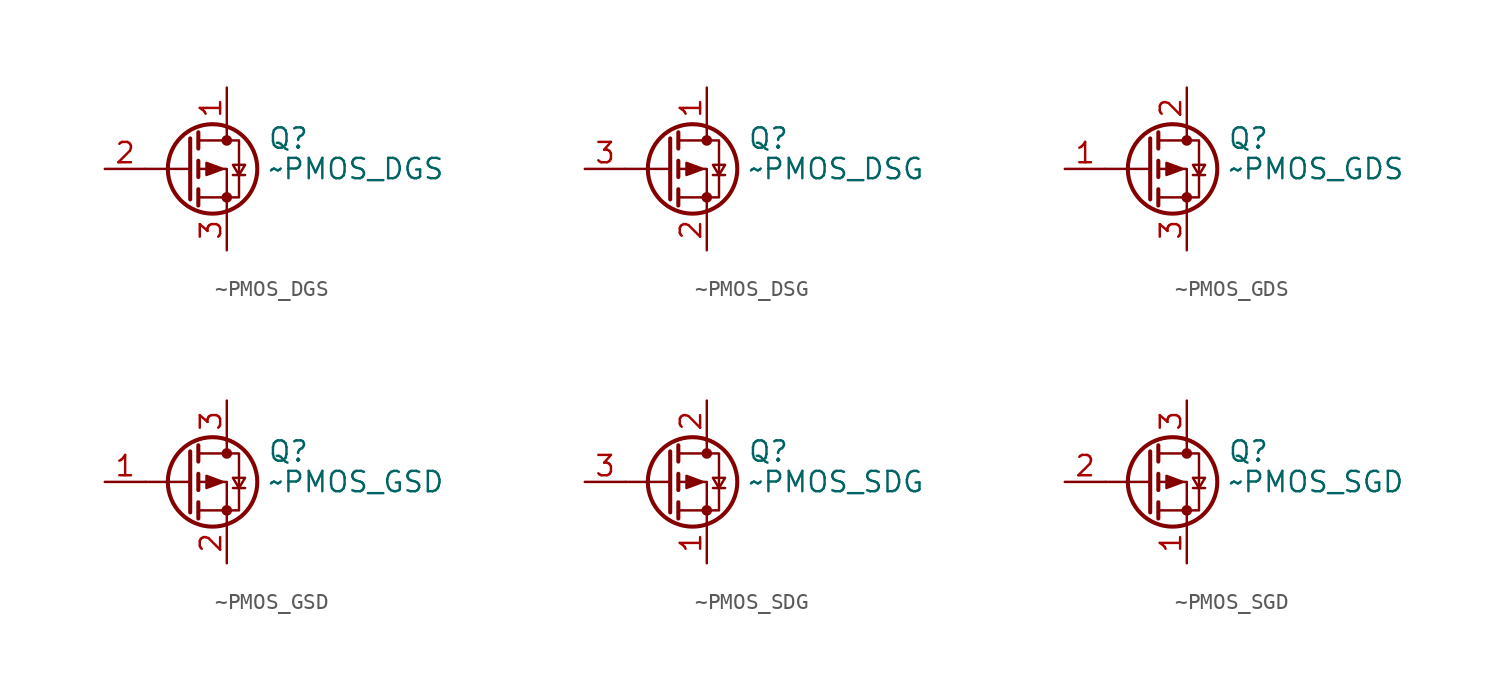
<source format=kicad_sym>
(kicad_symbol_lib
  (version 20241209)
  (generator "kicad-symlib-util")
  (generator_version "1.0.0")
  (symbol "~PMOS_DGS"
    (pin_names
      (offset 0)
      (hide yes))
    (property "Reference" "Q"
      (at 5.08 1.905 0)
      (effects (font (size 1.27 1.27)) (justify left)))
    (property "Value" "~PMOS_DGS"
      (at 5.08 0 0)
      (effects (font (size 1.27 1.27)) (justify left)))
    (symbol "~PMOS_DGS_0_1"
      (polyline (pts (xy 0.254 1.905) (xy 0.254 -1.905)) (stroke (width 0.254) (type default)) (fill (type none)))
      (polyline (pts (xy 0.254 0) (xy -2.54 0)) (stroke (width 0) (type default)) (fill (type none)))
      (polyline (pts (xy 0.762 2.286) (xy 0.762 1.27)) (stroke (width 0.254) (type default)) (fill (type none)))
      (polyline (pts (xy 0.762 1.778) (xy 3.302 1.778) (xy 3.302 -1.778) (xy 0.762 -1.778)) (stroke (width 0) (type default)) (fill (type none)))
      (polyline (pts (xy 0.762 0.508) (xy 0.762 -0.508)) (stroke (width 0.254) (type default)) (fill (type none)))
      (polyline (pts (xy 0.762 -1.27) (xy 0.762 -2.286)) (stroke (width 0.254) (type default)) (fill (type none)))
      (circle (center 1.651 0) (radius 2.794) (stroke (width 0.254) (type default)) (fill (type none)))
      (polyline (pts (xy 2.286 0) (xy 1.27 0.381) (xy 1.27 -0.381) (xy 2.286 0)) (stroke (width 0) (type default)) (fill (type outline)))
      (polyline (pts (xy 2.54 2.54) (xy 2.54 1.778)) (stroke (width 0) (type default)) (fill (type none)))
      (circle (center 2.54 1.778) (radius 0.254) (stroke (width 0) (type default)) (fill (type outline)))
      (circle (center 2.54 -1.778) (radius 0.254) (stroke (width 0) (type default)) (fill (type outline)))
      (polyline (pts (xy 2.54 -2.54) (xy 2.54 0) (xy 0.762 0)) (stroke (width 0) (type default)) (fill (type none)))
      (polyline (pts (xy 2.921 -0.381) (xy 3.683 -0.381)) (stroke (width 0) (type default)) (fill (type none)))
      (polyline (pts (xy 3.302 -0.381) (xy 2.921 0.254) (xy 3.683 0.254) (xy 3.302 -0.381)) (stroke (width 0) (type default)) (fill (type none))))
    (symbol "~PMOS_DGS_1_1"
      (pin input line (at -5.08 0 0) (length 2.54) (name "G" (effects (font (size 1.27 1.27)))) (number "2" (effects (font (size 1.27 1.27)))))
      (pin passive line (at 2.54 5.08 270) (length 2.54) (name "D" (effects (font (size 1.27 1.27)))) (number "1" (effects (font (size 1.27 1.27)))))
      (pin passive line (at 2.54 -5.08 90) (length 2.54) (name "S" (effects (font (size 1.27 1.27)))) (number "3" (effects (font (size 1.27 1.27)))))))
  (symbol "~PMOS_DSG"
    (pin_names
      (offset 0)
      (hide yes))
    (property "Reference" "Q"
      (at 5.08 1.905 0)
      (effects (font (size 1.27 1.27)) (justify left)))
    (property "Value" "~PMOS_DSG"
      (at 5.08 0 0)
      (effects (font (size 1.27 1.27)) (justify left)))
    (symbol "~PMOS_DSG_0_1"
      (polyline (pts (xy 0.254 1.905) (xy 0.254 -1.905)) (stroke (width 0.254) (type default)) (fill (type none)))
      (polyline (pts (xy 0.254 0) (xy -2.54 0)) (stroke (width 0) (type default)) (fill (type none)))
      (polyline (pts (xy 0.762 2.286) (xy 0.762 1.27)) (stroke (width 0.254) (type default)) (fill (type none)))
      (polyline (pts (xy 0.762 1.778) (xy 3.302 1.778) (xy 3.302 -1.778) (xy 0.762 -1.778)) (stroke (width 0) (type default)) (fill (type none)))
      (polyline (pts (xy 0.762 0.508) (xy 0.762 -0.508)) (stroke (width 0.254) (type default)) (fill (type none)))
      (polyline (pts (xy 0.762 -1.27) (xy 0.762 -2.286)) (stroke (width 0.254) (type default)) (fill (type none)))
      (circle (center 1.651 0) (radius 2.794) (stroke (width 0.254) (type default)) (fill (type none)))
      (polyline (pts (xy 2.286 0) (xy 1.27 0.381) (xy 1.27 -0.381) (xy 2.286 0)) (stroke (width 0) (type default)) (fill (type outline)))
      (polyline (pts (xy 2.54 2.54) (xy 2.54 1.778)) (stroke (width 0) (type default)) (fill (type none)))
      (circle (center 2.54 1.778) (radius 0.254) (stroke (width 0) (type default)) (fill (type outline)))
      (circle (center 2.54 -1.778) (radius 0.254) (stroke (width 0) (type default)) (fill (type outline)))
      (polyline (pts (xy 2.54 -2.54) (xy 2.54 0) (xy 0.762 0)) (stroke (width 0) (type default)) (fill (type none)))
      (polyline (pts (xy 2.921 -0.381) (xy 3.683 -0.381)) (stroke (width 0) (type default)) (fill (type none)))
      (polyline (pts (xy 3.302 -0.381) (xy 2.921 0.254) (xy 3.683 0.254) (xy 3.302 -0.381)) (stroke (width 0) (type default)) (fill (type none))))
    (symbol "~PMOS_DSG_1_1"
      (pin input line (at -5.08 0 0) (length 2.54) (name "G" (effects (font (size 1.27 1.27)))) (number "3" (effects (font (size 1.27 1.27)))))
      (pin passive line (at 2.54 5.08 270) (length 2.54) (name "D" (effects (font (size 1.27 1.27)))) (number "1" (effects (font (size 1.27 1.27)))))
      (pin passive line (at 2.54 -5.08 90) (length 2.54) (name "S" (effects (font (size 1.27 1.27)))) (number "2" (effects (font (size 1.27 1.27)))))))
  (symbol "~PMOS_GDS"
    (pin_names
      (offset 0)
      (hide yes))
    (property "Reference" "Q"
      (at 5.08 1.905 0)
      (effects (font (size 1.27 1.27)) (justify left)))
    (property "Value" "~PMOS_GDS"
      (at 5.08 0 0)
      (effects (font (size 1.27 1.27)) (justify left)))
    (symbol "~PMOS_GDS_0_1"
      (polyline (pts (xy 0.254 1.905) (xy 0.254 -1.905)) (stroke (width 0.254) (type default)) (fill (type none)))
      (polyline (pts (xy 0.254 0) (xy -2.54 0)) (stroke (width 0) (type default)) (fill (type none)))
      (polyline (pts (xy 0.762 2.286) (xy 0.762 1.27)) (stroke (width 0.254) (type default)) (fill (type none)))
      (polyline (pts (xy 0.762 1.778) (xy 3.302 1.778) (xy 3.302 -1.778) (xy 0.762 -1.778)) (stroke (width 0) (type default)) (fill (type none)))
      (polyline (pts (xy 0.762 0.508) (xy 0.762 -0.508)) (stroke (width 0.254) (type default)) (fill (type none)))
      (polyline (pts (xy 0.762 -1.27) (xy 0.762 -2.286)) (stroke (width 0.254) (type default)) (fill (type none)))
      (circle (center 1.651 0) (radius 2.794) (stroke (width 0.254) (type default)) (fill (type none)))
      (polyline (pts (xy 2.286 0) (xy 1.27 0.381) (xy 1.27 -0.381) (xy 2.286 0)) (stroke (width 0) (type default)) (fill (type outline)))
      (polyline (pts (xy 2.54 2.54) (xy 2.54 1.778)) (stroke (width 0) (type default)) (fill (type none)))
      (circle (center 2.54 1.778) (radius 0.254) (stroke (width 0) (type default)) (fill (type outline)))
      (circle (center 2.54 -1.778) (radius 0.254) (stroke (width 0) (type default)) (fill (type outline)))
      (polyline (pts (xy 2.54 -2.54) (xy 2.54 0) (xy 0.762 0)) (stroke (width 0) (type default)) (fill (type none)))
      (polyline (pts (xy 2.921 -0.381) (xy 3.683 -0.381)) (stroke (width 0) (type default)) (fill (type none)))
      (polyline (pts (xy 3.302 -0.381) (xy 2.921 0.254) (xy 3.683 0.254) (xy 3.302 -0.381)) (stroke (width 0) (type default)) (fill (type none))))
    (symbol "~PMOS_GDS_1_1"
      (pin input line (at -5.08 0 0) (length 2.54) (name "G" (effects (font (size 1.27 1.27)))) (number "1" (effects (font (size 1.27 1.27)))))
      (pin passive line (at 2.54 5.08 270) (length 2.54) (name "D" (effects (font (size 1.27 1.27)))) (number "2" (effects (font (size 1.27 1.27)))))
      (pin passive line (at 2.54 -5.08 90) (length 2.54) (name "S" (effects (font (size 1.27 1.27)))) (number "3" (effects (font (size 1.27 1.27)))))))
  (symbol "~PMOS_GSD"
    (pin_names
      (offset 0)
      (hide yes))
    (property "Reference" "Q"
      (at 5.08 1.905 0)
      (effects (font (size 1.27 1.27)) (justify left)))
    (property "Value" "~PMOS_GSD"
      (at 5.08 0 0)
      (effects (font (size 1.27 1.27)) (justify left)))
    (symbol "~PMOS_GSD_0_1"
      (polyline (pts (xy 0.254 1.905) (xy 0.254 -1.905)) (stroke (width 0.254) (type default)) (fill (type none)))
      (polyline (pts (xy 0.254 0) (xy -2.54 0)) (stroke (width 0) (type default)) (fill (type none)))
      (polyline (pts (xy 0.762 2.286) (xy 0.762 1.27)) (stroke (width 0.254) (type default)) (fill (type none)))
      (polyline (pts (xy 0.762 1.778) (xy 3.302 1.778) (xy 3.302 -1.778) (xy 0.762 -1.778)) (stroke (width 0) (type default)) (fill (type none)))
      (polyline (pts (xy 0.762 0.508) (xy 0.762 -0.508)) (stroke (width 0.254) (type default)) (fill (type none)))
      (polyline (pts (xy 0.762 -1.27) (xy 0.762 -2.286)) (stroke (width 0.254) (type default)) (fill (type none)))
      (circle (center 1.651 0) (radius 2.794) (stroke (width 0.254) (type default)) (fill (type none)))
      (polyline (pts (xy 2.286 0) (xy 1.27 0.381) (xy 1.27 -0.381) (xy 2.286 0)) (stroke (width 0) (type default)) (fill (type outline)))
      (polyline (pts (xy 2.54 2.54) (xy 2.54 1.778)) (stroke (width 0) (type default)) (fill (type none)))
      (circle (center 2.54 1.778) (radius 0.254) (stroke (width 0) (type default)) (fill (type outline)))
      (circle (center 2.54 -1.778) (radius 0.254) (stroke (width 0) (type default)) (fill (type outline)))
      (polyline (pts (xy 2.54 -2.54) (xy 2.54 0) (xy 0.762 0)) (stroke (width 0) (type default)) (fill (type none)))
      (polyline (pts (xy 2.921 -0.381) (xy 3.683 -0.381)) (stroke (width 0) (type default)) (fill (type none)))
      (polyline (pts (xy 3.302 -0.381) (xy 2.921 0.254) (xy 3.683 0.254) (xy 3.302 -0.381)) (stroke (width 0) (type default)) (fill (type none))))
    (symbol "~PMOS_GSD_1_1"
      (pin input line (at -5.08 0 0) (length 2.54) (name "G" (effects (font (size 1.27 1.27)))) (number "1" (effects (font (size 1.27 1.27)))))
      (pin passive line (at 2.54 5.08 270) (length 2.54) (name "D" (effects (font (size 1.27 1.27)))) (number "3" (effects (font (size 1.27 1.27)))))
      (pin passive line (at 2.54 -5.08 90) (length 2.54) (name "S" (effects (font (size 1.27 1.27)))) (number "2" (effects (font (size 1.27 1.27)))))))
  (symbol "~PMOS_SDG"
    (pin_names
      (offset 0)
      (hide yes))
    (property "Reference" "Q"
      (at 5.08 1.905 0)
      (effects (font (size 1.27 1.27)) (justify left)))
    (property "Value" "~PMOS_SDG"
      (at 5.08 0 0)
      (effects (font (size 1.27 1.27)) (justify left)))
    (symbol "~PMOS_SDG_0_1"
      (polyline (pts (xy 0.254 1.905) (xy 0.254 -1.905)) (stroke (width 0.254) (type default)) (fill (type none)))
      (polyline (pts (xy 0.254 0) (xy -2.54 0)) (stroke (width 0) (type default)) (fill (type none)))
      (polyline (pts (xy 0.762 2.286) (xy 0.762 1.27)) (stroke (width 0.254) (type default)) (fill (type none)))
      (polyline (pts (xy 0.762 1.778) (xy 3.302 1.778) (xy 3.302 -1.778) (xy 0.762 -1.778)) (stroke (width 0) (type default)) (fill (type none)))
      (polyline (pts (xy 0.762 0.508) (xy 0.762 -0.508)) (stroke (width 0.254) (type default)) (fill (type none)))
      (polyline (pts (xy 0.762 -1.27) (xy 0.762 -2.286)) (stroke (width 0.254) (type default)) (fill (type none)))
      (circle (center 1.651 0) (radius 2.794) (stroke (width 0.254) (type default)) (fill (type none)))
      (polyline (pts (xy 2.286 0) (xy 1.27 0.381) (xy 1.27 -0.381) (xy 2.286 0)) (stroke (width 0) (type default)) (fill (type outline)))
      (polyline (pts (xy 2.54 2.54) (xy 2.54 1.778)) (stroke (width 0) (type default)) (fill (type none)))
      (circle (center 2.54 1.778) (radius 0.254) (stroke (width 0) (type default)) (fill (type outline)))
      (circle (center 2.54 -1.778) (radius 0.254) (stroke (width 0) (type default)) (fill (type outline)))
      (polyline (pts (xy 2.54 -2.54) (xy 2.54 0) (xy 0.762 0)) (stroke (width 0) (type default)) (fill (type none)))
      (polyline (pts (xy 2.921 -0.381) (xy 3.683 -0.381)) (stroke (width 0) (type default)) (fill (type none)))
      (polyline (pts (xy 3.302 -0.381) (xy 2.921 0.254) (xy 3.683 0.254) (xy 3.302 -0.381)) (stroke (width 0) (type default)) (fill (type none))))
    (symbol "~PMOS_SDG_1_1"
      (pin input line (at -5.08 0 0) (length 2.54) (name "G" (effects (font (size 1.27 1.27)))) (number "3" (effects (font (size 1.27 1.27)))))
      (pin passive line (at 2.54 5.08 270) (length 2.54) (name "D" (effects (font (size 1.27 1.27)))) (number "2" (effects (font (size 1.27 1.27)))))
      (pin passive line (at 2.54 -5.08 90) (length 2.54) (name "S" (effects (font (size 1.27 1.27)))) (number "1" (effects (font (size 1.27 1.27)))))))
  (symbol "~PMOS_SGD"
    (pin_names
      (offset 0)
      (hide yes))
    (property "Reference" "Q"
      (at 5.08 1.905 0)
      (effects (font (size 1.27 1.27)) (justify left)))
    (property "Value" "~PMOS_SGD"
      (at 5.08 0 0)
      (effects (font (size 1.27 1.27)) (justify left)))
    (symbol "~PMOS_SGD_0_1"
      (polyline (pts (xy 0.254 1.905) (xy 0.254 -1.905)) (stroke (width 0.254) (type default)) (fill (type none)))
      (polyline (pts (xy 0.254 0) (xy -2.54 0)) (stroke (width 0) (type default)) (fill (type none)))
      (polyline (pts (xy 0.762 2.286) (xy 0.762 1.27)) (stroke (width 0.254) (type default)) (fill (type none)))
      (polyline (pts (xy 0.762 1.778) (xy 3.302 1.778) (xy 3.302 -1.778) (xy 0.762 -1.778)) (stroke (width 0) (type default)) (fill (type none)))
      (polyline (pts (xy 0.762 0.508) (xy 0.762 -0.508)) (stroke (width 0.254) (type default)) (fill (type none)))
      (polyline (pts (xy 0.762 -1.27) (xy 0.762 -2.286)) (stroke (width 0.254) (type default)) (fill (type none)))
      (circle (center 1.651 0) (radius 2.794) (stroke (width 0.254) (type default)) (fill (type none)))
      (polyline (pts (xy 2.286 0) (xy 1.27 0.381) (xy 1.27 -0.381) (xy 2.286 0)) (stroke (width 0) (type default)) (fill (type outline)))
      (polyline (pts (xy 2.54 2.54) (xy 2.54 1.778)) (stroke (width 0) (type default)) (fill (type none)))
      (circle (center 2.54 1.778) (radius 0.254) (stroke (width 0) (type default)) (fill (type outline)))
      (circle (center 2.54 -1.778) (radius 0.254) (stroke (width 0) (type default)) (fill (type outline)))
      (polyline (pts (xy 2.54 -2.54) (xy 2.54 0) (xy 0.762 0)) (stroke (width 0) (type default)) (fill (type none)))
      (polyline (pts (xy 2.921 -0.381) (xy 3.683 -0.381)) (stroke (width 0) (type default)) (fill (type none)))
      (polyline (pts (xy 3.302 -0.381) (xy 2.921 0.254) (xy 3.683 0.254) (xy 3.302 -0.381)) (stroke (width 0) (type default)) (fill (type none))))
    (symbol "~PMOS_SGD_1_1"
      (pin input line (at -5.08 0 0) (length 2.54) (name "G" (effects (font (size 1.27 1.27)))) (number "2" (effects (font (size 1.27 1.27)))))
      (pin passive line (at 2.54 5.08 270) (length 2.54) (name "D" (effects (font (size 1.27 1.27)))) (number "3" (effects (font (size 1.27 1.27)))))
      (pin passive line (at 2.54 -5.08 90) (length 2.54) (name "S" (effects (font (size 1.27 1.27)))) (number "1" (effects (font (size 1.27 1.27))))))))
</source>
